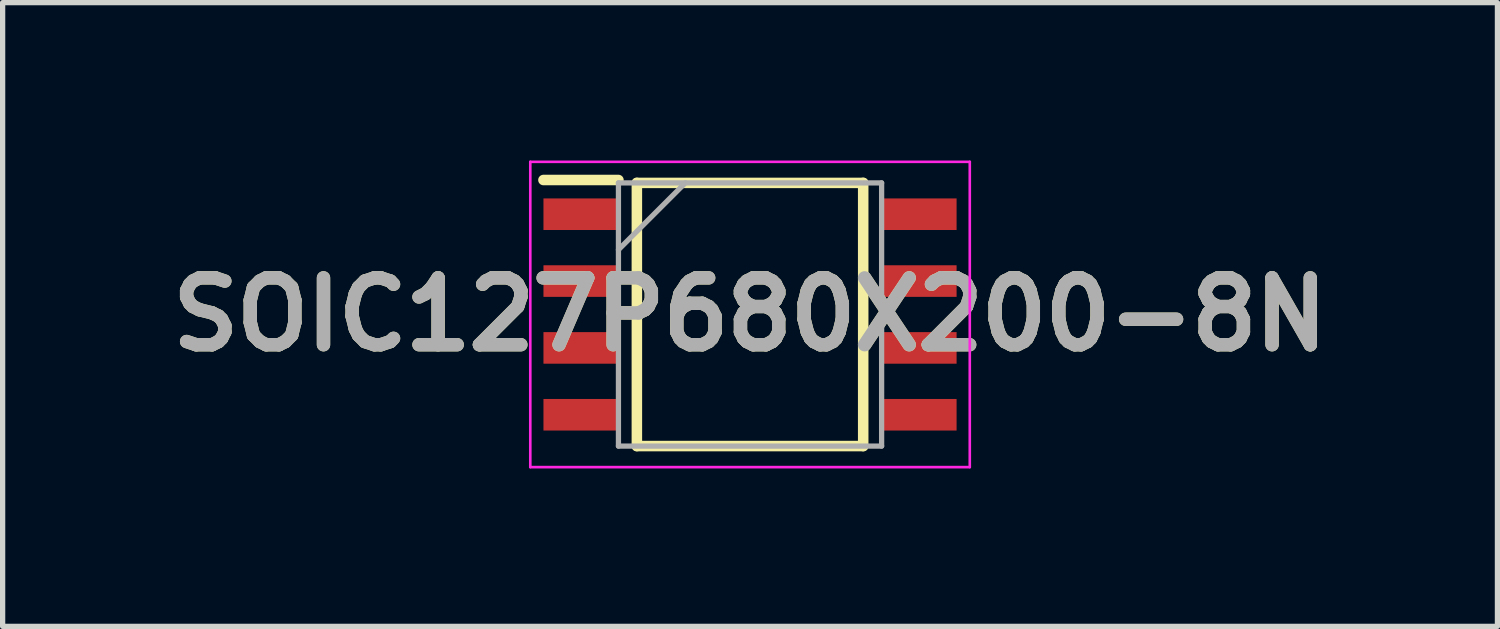
<source format=kicad_pcb>
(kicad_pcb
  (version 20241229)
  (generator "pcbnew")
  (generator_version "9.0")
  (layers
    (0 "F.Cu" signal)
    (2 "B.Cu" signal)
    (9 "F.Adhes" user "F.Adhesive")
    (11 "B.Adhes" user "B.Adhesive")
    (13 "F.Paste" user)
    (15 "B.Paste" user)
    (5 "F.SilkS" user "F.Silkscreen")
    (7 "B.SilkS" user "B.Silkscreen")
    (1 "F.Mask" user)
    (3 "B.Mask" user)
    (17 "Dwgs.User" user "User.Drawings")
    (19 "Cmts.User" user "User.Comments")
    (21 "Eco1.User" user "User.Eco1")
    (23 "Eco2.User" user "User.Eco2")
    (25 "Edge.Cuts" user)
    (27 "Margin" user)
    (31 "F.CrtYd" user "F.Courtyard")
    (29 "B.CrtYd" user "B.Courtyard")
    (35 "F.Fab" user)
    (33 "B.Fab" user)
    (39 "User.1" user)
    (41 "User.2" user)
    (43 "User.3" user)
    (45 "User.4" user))
  (footprint "SOIC127P680X200-8N"
    (layer "F.Cu")
    (at 11.2 2.925)
    (property "Reference" "SOIC127P680X200-8N" (at 0 0 0) (layer "F.SilkS") (effects (font (size 1.27 1.27) (thickness 0.254))))
    (attr smd)
    (fp_line (start -3.925 -2.555) (end -2.5 -2.555) (stroke (width 0.2) (type solid)) (layer "F.SilkS"))
    (fp_line (start -2.15 -2.5) (end 2.15 -2.5) (stroke (width 0.2) (type solid)) (layer "F.SilkS"))
    (fp_line (start -2.15 2.5) (end -2.15 -2.5) (stroke (width 0.2) (type solid)) (layer "F.SilkS"))
    (fp_line (start 2.15 -2.5) (end 2.15 2.5) (stroke (width 0.2) (type solid)) (layer "F.SilkS"))
    (fp_line (start 2.15 2.5) (end -2.15 2.5) (stroke (width 0.2) (type solid)) (layer "F.SilkS"))
    (fp_line (start -4.175 -2.9) (end 4.175 -2.9) (stroke (width 0.05) (type solid)) (layer "F.CrtYd"))
    (fp_line (start -4.175 2.9) (end -4.175 -2.9) (stroke (width 0.05) (type solid)) (layer "F.CrtYd"))
    (fp_line (start 4.175 -2.9) (end 4.175 2.9) (stroke (width 0.05) (type solid)) (layer "F.CrtYd"))
    (fp_line (start 4.175 2.9) (end -4.175 2.9) (stroke (width 0.05) (type solid)) (layer "F.CrtYd"))
    (fp_line (start -2.5 -2.5) (end 2.5 -2.5) (stroke (width 0.1) (type solid)) (layer "F.Fab"))
    (fp_line (start -2.5 -1.23) (end -1.23 -2.5) (stroke (width 0.1) (type solid)) (layer "F.Fab"))
    (fp_line (start -2.5 2.5) (end -2.5 -2.5) (stroke (width 0.1) (type solid)) (layer "F.Fab"))
    (fp_line (start 2.5 -2.5) (end 2.5 2.5) (stroke (width 0.1) (type solid)) (layer "F.Fab"))
    (fp_line (start 2.5 2.5) (end -2.5 2.5) (stroke (width 0.1) (type solid)) (layer "F.Fab"))
    (fp_text user "${REFERENCE}" (at 0 0 0) (layer "F.Fab") (effects (font (size 1.27 1.27) (thickness 0.254))))
    (pad "1" smd rect (at -3.212 -1.905 90) (size 0.6 1.425) (layers "F.Cu" "F.Mask" "F.Paste"))
    (pad "2" smd rect (at -3.212 -0.635 90) (size 0.6 1.425) (layers "F.Cu" "F.Mask" "F.Paste"))
    (pad "3" smd rect (at -3.212 0.635 90) (size 0.6 1.425) (layers "F.Cu" "F.Mask" "F.Paste"))
    (pad "4" smd rect (at -3.212 1.905 90) (size 0.6 1.425) (layers "F.Cu" "F.Mask" "F.Paste"))
    (pad "5" smd rect (at 3.212 1.905 90) (size 0.6 1.425) (layers "F.Cu" "F.Mask" "F.Paste"))
    (pad "6" smd rect (at 3.212 0.635 90) (size 0.6 1.425) (layers "F.Cu" "F.Mask" "F.Paste"))
    (pad "7" smd rect (at 3.212 -0.635 90) (size 0.6 1.425) (layers "F.Cu" "F.Mask" "F.Paste"))
    (pad "8" smd rect (at 3.212 -1.905 90) (size 0.6 1.425) (layers "F.Cu" "F.Mask" "F.Paste")))
  (gr_rect
    (start -3 -3)
    (end 25.4 8.85)
    (stroke (width 0.1) (type default))
    (fill no)
    (layer "Edge.Cuts")))
</source>
